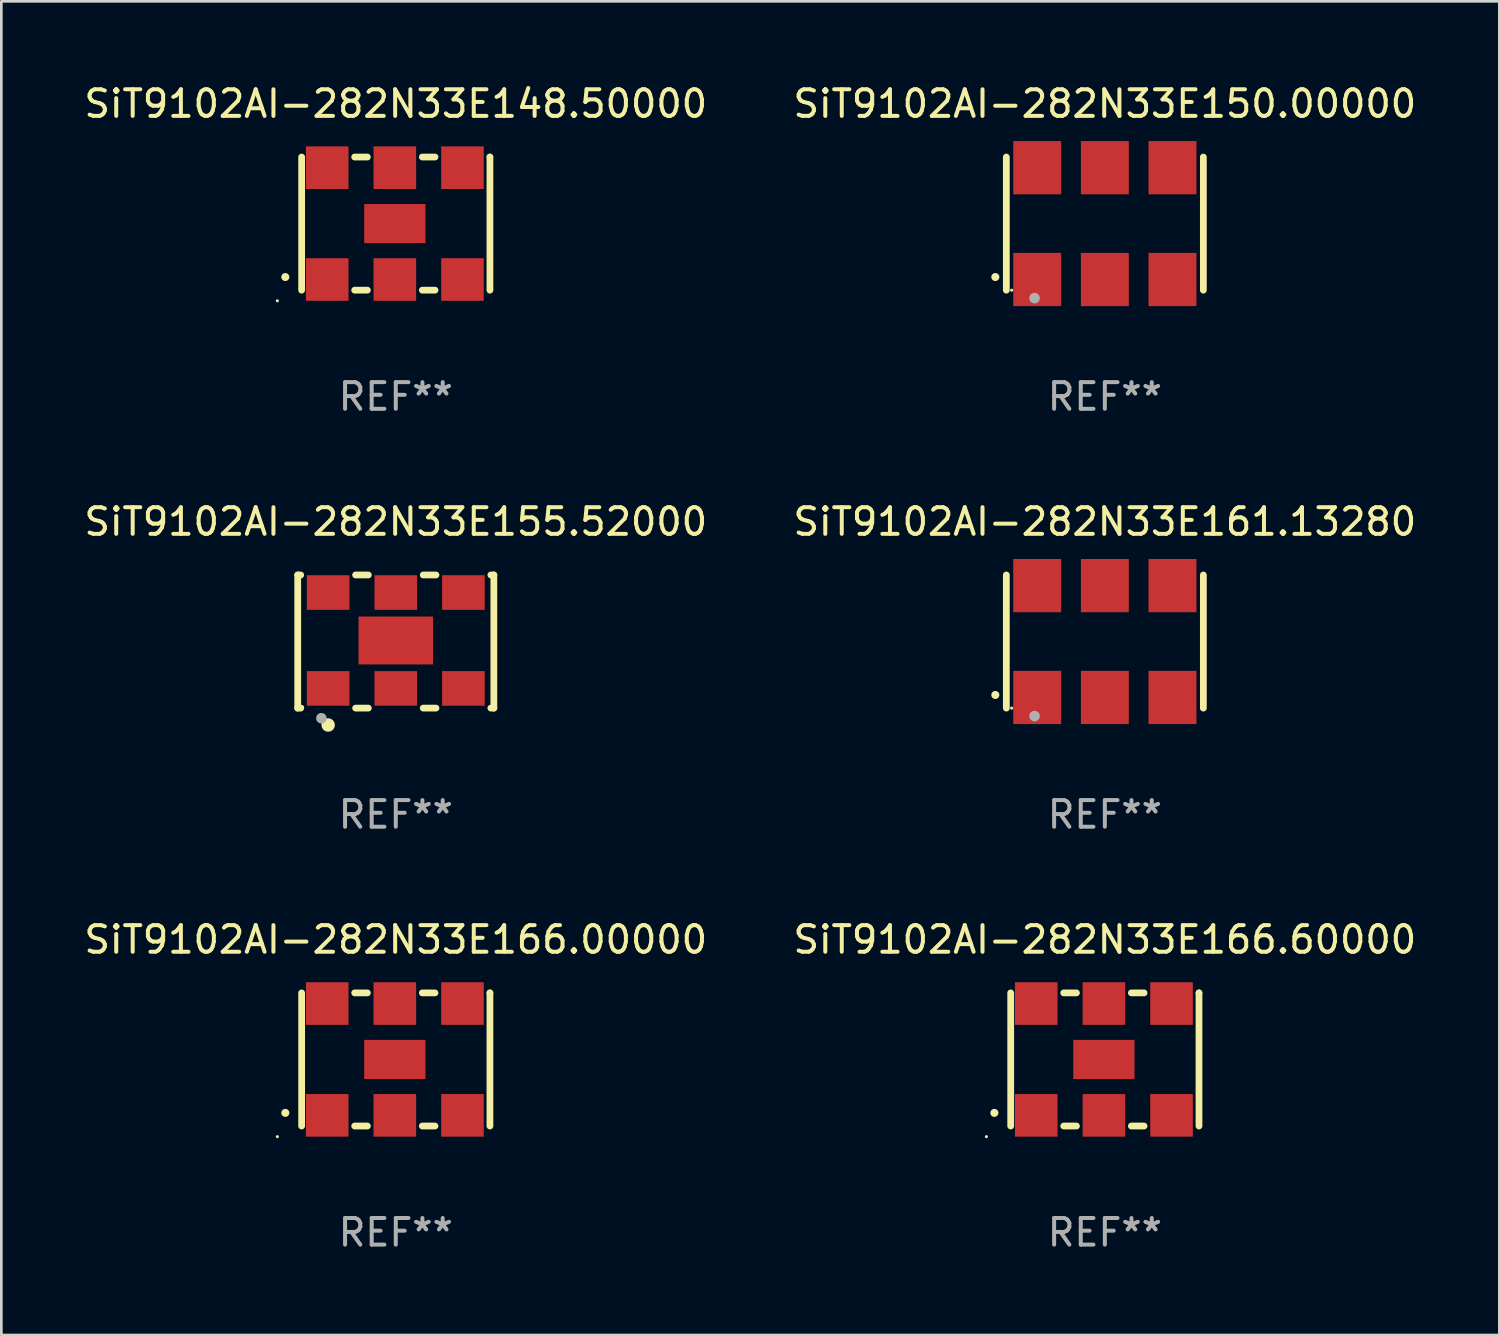
<source format=kicad_pcb>
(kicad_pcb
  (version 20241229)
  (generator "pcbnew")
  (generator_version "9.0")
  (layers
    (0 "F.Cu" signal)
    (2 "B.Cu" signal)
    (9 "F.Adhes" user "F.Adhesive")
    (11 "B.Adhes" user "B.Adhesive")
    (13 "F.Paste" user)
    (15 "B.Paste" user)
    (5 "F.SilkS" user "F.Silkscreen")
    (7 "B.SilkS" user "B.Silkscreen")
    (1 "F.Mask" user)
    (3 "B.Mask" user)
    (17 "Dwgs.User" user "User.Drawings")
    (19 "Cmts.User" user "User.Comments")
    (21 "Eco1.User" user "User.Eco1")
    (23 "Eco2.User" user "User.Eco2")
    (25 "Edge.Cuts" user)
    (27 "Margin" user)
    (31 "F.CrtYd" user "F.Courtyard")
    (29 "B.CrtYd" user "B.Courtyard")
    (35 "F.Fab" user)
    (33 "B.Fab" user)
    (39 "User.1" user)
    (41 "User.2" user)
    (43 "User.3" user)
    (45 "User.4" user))
  (footprint "SiT9102AI-282N33E161.13280"
    (layer "F.Cu")
    (at 38.446 21.045)
    (property "Reference" "SiT9102AI-282N33E161.13280" (at 0 -4.5 0) (layer "F.SilkS") (effects (font (size 1 1) (thickness 0.15))))
    (attr through_hole)
    (fp_line (start -3.7 -2.5) (end -3.7 2.5) (stroke (width 0.254) (type solid)) (layer "F.SilkS"))
    (fp_line (start 3.7 -2.5) (end 3.7 2.5) (stroke (width 0.254) (type solid)) (layer "F.SilkS"))
    (fp_arc (start -4.114415 2.006604) (mid -4.113145 2.006599) (end -4.111875 2.006604) (stroke (width 0.3) (type solid)) (layer "F.SilkS"))
    (fp_circle (center -3.5 2.501) (end -3.47 2.501) (stroke (width 0.06) (type solid)) (fill no) (layer "F.SilkS"))
    (fp_circle (center -2.641 2.799) (end -2.541 2.799) (stroke (width 0.2) (type solid)) (fill no) (layer "F.Fab"))
    (fp_text user "REF**" (at 0 6.5 0) (layer "F.Fab") (effects (font (size 1 1) (thickness 0.15))))
    (pad "1" smd rect (at -2.54 2.1) (size 1.8 2) (layers "F.Cu" "F.Mask" "F.Paste"))
    (pad "2" smd rect (at 0.000394 2.1) (size 1.8 2) (layers "F.Cu" "F.Mask" "F.Paste"))
    (pad "3" smd rect (at 2.54 2.1) (size 1.8 2) (layers "F.Cu" "F.Mask" "F.Paste"))
    (pad "4" smd rect (at 2.54 -2.1) (size 1.8 2) (layers "F.Cu" "F.Mask" "F.Paste"))
    (pad "5" smd rect (at 0.000394 -2.1) (size 1.8 2) (layers "F.Cu" "F.Mask" "F.Paste"))
    (pad "6" smd rect (at -2.54 -2.1) (size 1.8 2) (layers "F.Cu" "F.Mask" "F.Paste")))
  (footprint "SiT9102AI-282N33E150.00000"
    (layer "F.Cu")
    (at 38.446 5.348)
    (property "Reference" "SiT9102AI-282N33E150.00000" (at 0 -4.5 0) (layer "F.SilkS") (effects (font (size 1 1) (thickness 0.15))))
    (attr through_hole)
    (fp_line (start -3.7 -2.5) (end -3.7 2.5) (stroke (width 0.254) (type solid)) (layer "F.SilkS"))
    (fp_line (start 3.7 -2.5) (end 3.7 2.5) (stroke (width 0.254) (type solid)) (layer "F.SilkS"))
    (fp_arc (start -4.114415 2.006604) (mid -4.113145 2.006599) (end -4.111875 2.006604) (stroke (width 0.3) (type solid)) (layer "F.SilkS"))
    (fp_circle (center -3.5 2.501) (end -3.47 2.501) (stroke (width 0.06) (type solid)) (fill no) (layer "F.SilkS"))
    (fp_circle (center -2.641 2.799) (end -2.541 2.799) (stroke (width 0.2) (type solid)) (fill no) (layer "F.Fab"))
    (fp_text user "REF**" (at 0 6.5 0) (layer "F.Fab") (effects (font (size 1 1) (thickness 0.15))))
    (pad "1" smd rect (at -2.54 2.1) (size 1.8 2) (layers "F.Cu" "F.Mask" "F.Paste"))
    (pad "2" smd rect (at 0.000394 2.1) (size 1.8 2) (layers "F.Cu" "F.Mask" "F.Paste"))
    (pad "3" smd rect (at 2.54 2.1) (size 1.8 2) (layers "F.Cu" "F.Mask" "F.Paste"))
    (pad "4" smd rect (at 2.54 -2.1) (size 1.8 2) (layers "F.Cu" "F.Mask" "F.Paste"))
    (pad "5" smd rect (at 0.000394 -2.1) (size 1.8 2) (layers "F.Cu" "F.Mask" "F.Paste"))
    (pad "6" smd rect (at -2.54 -2.1) (size 1.8 2) (layers "F.Cu" "F.Mask" "F.Paste")))
  (footprint "SiT9102AI-282N33E148.50000"
    (layer "F.Cu")
    (at 11.815 5.348)
    (property "Reference" "SiT9102AI-282N33E148.50000" (at 0 -4.5 0) (layer "F.SilkS") (effects (font (size 1 1) (thickness 0.15))))
    (attr through_hole)
    (fp_line (start -3.536 -2.5) (end -3.536 2.5) (stroke (width 0.254) (type solid)) (layer "F.SilkS"))
    (fp_line (start -1.544 2.5) (end -1.067 2.5) (stroke (width 0.254) (type solid)) (layer "F.SilkS"))
    (fp_line (start -1.067 -2.5) (end -1.544 -2.5) (stroke (width 0.254) (type solid)) (layer "F.SilkS"))
    (fp_line (start 0.996 2.5) (end 1.473 2.5) (stroke (width 0.254) (type solid)) (layer "F.SilkS"))
    (fp_line (start 1.473 -2.5) (end 0.996 -2.5) (stroke (width 0.254) (type solid)) (layer "F.SilkS"))
    (fp_line (start 3.536 -2.5) (end 3.536 -2.5) (stroke (width 0.254) (type solid)) (layer "F.SilkS"))
    (fp_line (start 3.536 2.5) (end 3.536 -2.5) (stroke (width 0.254) (type solid)) (layer "F.SilkS"))
    (fp_arc (start -4.150432 2.006604) (mid -4.149162 2.006599) (end -4.147892 2.006604) (stroke (width 0.3) (type solid)) (layer "F.SilkS"))
    (fp_circle (center -4.449 2.9) (end -4.419 2.9) (stroke (width 0.06) (type solid)) (fill no) (layer "F.SilkS"))
    (fp_text user "REF**" (at 0 6.5 0) (layer "F.Fab") (effects (font (size 1 1) (thickness 0.15))))
    (pad "1" smd rect (at -2.576 2.1) (size 1.6 1.6) (layers "F.Cu" "F.Mask" "F.Paste"))
    (pad "2" smd rect (at -0.036 2.1) (size 1.6 1.6) (layers "F.Cu" "F.Mask" "F.Paste"))
    (pad "3" smd rect (at 2.504 2.1) (size 1.6 1.6) (layers "F.Cu" "F.Mask" "F.Paste"))
    (pad "4" smd rect (at 2.504 -2.1) (size 1.6 1.6) (layers "F.Cu" "F.Mask" "F.Paste"))
    (pad "5" smd rect (at -0.036 -2.1) (size 1.6 1.6) (layers "F.Cu" "F.Mask" "F.Paste"))
    (pad "6" smd rect (at -2.576 -2.1) (size 1.6 1.6) (layers "F.Cu" "F.Mask" "F.Paste"))
    (pad "7" smd rect (at -0.036 0) (size 2.3 1.47) (layers "F.Cu" "F.Mask" "F.Paste")))
  (footprint "SiT9102AI-282N33E166.60000"
    (layer "F.Cu")
    (at 38.446 36.741)
    (property "Reference" "SiT9102AI-282N33E166.60000" (at 0 -4.5 0) (layer "F.SilkS") (effects (font (size 1 1) (thickness 0.15))))
    (attr through_hole)
    (fp_line (start -3.536 -2.5) (end -3.536 2.5) (stroke (width 0.254) (type solid)) (layer "F.SilkS"))
    (fp_line (start -1.544 2.5) (end -1.067 2.5) (stroke (width 0.254) (type solid)) (layer "F.SilkS"))
    (fp_line (start -1.067 -2.5) (end -1.544 -2.5) (stroke (width 0.254) (type solid)) (layer "F.SilkS"))
    (fp_line (start 0.996 2.5) (end 1.473 2.5) (stroke (width 0.254) (type solid)) (layer "F.SilkS"))
    (fp_line (start 1.473 -2.5) (end 0.996 -2.5) (stroke (width 0.254) (type solid)) (layer "F.SilkS"))
    (fp_line (start 3.536 -2.5) (end 3.536 -2.5) (stroke (width 0.254) (type solid)) (layer "F.SilkS"))
    (fp_line (start 3.536 2.5) (end 3.536 -2.5) (stroke (width 0.254) (type solid)) (layer "F.SilkS"))
    (fp_arc (start -4.150432 2.006604) (mid -4.149162 2.006599) (end -4.147892 2.006604) (stroke (width 0.3) (type solid)) (layer "F.SilkS"))
    (fp_circle (center -4.449 2.9) (end -4.419 2.9) (stroke (width 0.06) (type solid)) (fill no) (layer "F.SilkS"))
    (fp_text user "REF**" (at 0 6.5 0) (layer "F.Fab") (effects (font (size 1 1) (thickness 0.15))))
    (pad "1" smd rect (at -2.576 2.1) (size 1.6 1.6) (layers "F.Cu" "F.Mask" "F.Paste"))
    (pad "2" smd rect (at -0.036 2.1) (size 1.6 1.6) (layers "F.Cu" "F.Mask" "F.Paste"))
    (pad "3" smd rect (at 2.504 2.1) (size 1.6 1.6) (layers "F.Cu" "F.Mask" "F.Paste"))
    (pad "4" smd rect (at 2.504 -2.1) (size 1.6 1.6) (layers "F.Cu" "F.Mask" "F.Paste"))
    (pad "5" smd rect (at -0.036 -2.1) (size 1.6 1.6) (layers "F.Cu" "F.Mask" "F.Paste"))
    (pad "6" smd rect (at -2.576 -2.1) (size 1.6 1.6) (layers "F.Cu" "F.Mask" "F.Paste"))
    (pad "7" smd rect (at -0.036 0) (size 2.3 1.47) (layers "F.Cu" "F.Mask" "F.Paste")))
  (footprint "SiT9102AI-282N33E166.00000"
    (layer "F.Cu")
    (at 11.815 36.741)
    (property "Reference" "SiT9102AI-282N33E166.00000" (at 0 -4.5 0) (layer "F.SilkS") (effects (font (size 1 1) (thickness 0.15))))
    (attr through_hole)
    (fp_line (start -3.536 -2.5) (end -3.536 2.5) (stroke (width 0.254) (type solid)) (layer "F.SilkS"))
    (fp_line (start -1.544 2.5) (end -1.067 2.5) (stroke (width 0.254) (type solid)) (layer "F.SilkS"))
    (fp_line (start -1.067 -2.5) (end -1.544 -2.5) (stroke (width 0.254) (type solid)) (layer "F.SilkS"))
    (fp_line (start 0.996 2.5) (end 1.473 2.5) (stroke (width 0.254) (type solid)) (layer "F.SilkS"))
    (fp_line (start 1.473 -2.5) (end 0.996 -2.5) (stroke (width 0.254) (type solid)) (layer "F.SilkS"))
    (fp_line (start 3.536 -2.5) (end 3.536 -2.5) (stroke (width 0.254) (type solid)) (layer "F.SilkS"))
    (fp_line (start 3.536 2.5) (end 3.536 -2.5) (stroke (width 0.254) (type solid)) (layer "F.SilkS"))
    (fp_arc (start -4.150432 2.006604) (mid -4.149162 2.006599) (end -4.147892 2.006604) (stroke (width 0.3) (type solid)) (layer "F.SilkS"))
    (fp_circle (center -4.449 2.9) (end -4.419 2.9) (stroke (width 0.06) (type solid)) (fill no) (layer "F.SilkS"))
    (fp_text user "REF**" (at 0 6.5 0) (layer "F.Fab") (effects (font (size 1 1) (thickness 0.15))))
    (pad "1" smd rect (at -2.576 2.1) (size 1.6 1.6) (layers "F.Cu" "F.Mask" "F.Paste"))
    (pad "2" smd rect (at -0.036 2.1) (size 1.6 1.6) (layers "F.Cu" "F.Mask" "F.Paste"))
    (pad "3" smd rect (at 2.504 2.1) (size 1.6 1.6) (layers "F.Cu" "F.Mask" "F.Paste"))
    (pad "4" smd rect (at 2.504 -2.1) (size 1.6 1.6) (layers "F.Cu" "F.Mask" "F.Paste"))
    (pad "5" smd rect (at -0.036 -2.1) (size 1.6 1.6) (layers "F.Cu" "F.Mask" "F.Paste"))
    (pad "6" smd rect (at -2.576 -2.1) (size 1.6 1.6) (layers "F.Cu" "F.Mask" "F.Paste"))
    (pad "7" smd rect (at -0.036 0) (size 2.3 1.47) (layers "F.Cu" "F.Mask" "F.Paste")))
  (footprint "SiT9102AI-282N33E155.52000"
    (layer "F.Cu")
    (at 11.815 21.045)
    (property "Reference" "SiT9102AI-282N33E155.52000" (at 0 -4.5 0) (layer "F.SilkS") (effects (font (size 1 1) (thickness 0.15))))
    (attr through_hole)
    (fp_line (start -3.683 -2.5) (end -3.571 -2.5) (stroke (width 0.254) (type solid)) (layer "F.SilkS"))
    (fp_line (start -3.683 2.5) (end -3.683 -2.5) (stroke (width 0.254) (type solid)) (layer "F.SilkS"))
    (fp_line (start -3.683 2.5) (end -3.571 2.5) (stroke (width 0.254) (type solid)) (layer "F.SilkS"))
    (fp_line (start -1.509 -2.5) (end -1.031 -2.5) (stroke (width 0.254) (type solid)) (layer "F.SilkS"))
    (fp_line (start -1.509 2.5) (end -1.031 2.5) (stroke (width 0.254) (type solid)) (layer "F.SilkS"))
    (fp_line (start 1.031 -2.5) (end 1.509 -2.5) (stroke (width 0.254) (type solid)) (layer "F.SilkS"))
    (fp_line (start 1.031 2.5) (end 1.509 2.5) (stroke (width 0.254) (type solid)) (layer "F.SilkS"))
    (fp_line (start 3.571 -2.5) (end 3.683 -2.5) (stroke (width 0.254) (type solid)) (layer "F.SilkS"))
    (fp_line (start 3.571 2.5) (end 3.683 2.5) (stroke (width 0.254) (type solid)) (layer "F.SilkS"))
    (fp_line (start 3.683 2.5) (end 3.683 -2.5) (stroke (width 0.254) (type solid)) (layer "F.SilkS"))
    (fp_circle (center -3.5 2.46) (end -3.47 2.46) (stroke (width 0.06) (type solid)) (fill no) (layer "F.SilkS"))
    (fp_circle (center -2.54 3.135) (end -2.413 3.135) (stroke (width 0.254) (type solid)) (fill no) (layer "F.SilkS"))
    (fp_circle (center -2.794 2.881) (end -2.694 2.881) (stroke (width 0.2) (type solid)) (fill no) (layer "F.Fab"))
    (fp_text user "REF**" (at 0 6.5 0) (layer "F.Fab") (effects (font (size 1 1) (thickness 0.15))))
    (pad "1" smd rect (at -2.54 1.76) (size 1.6 1.3) (layers "F.Cu" "F.Mask" "F.Paste"))
    (pad "2" smd rect (at 0 1.76) (size 1.6 1.3) (layers "F.Cu" "F.Mask" "F.Paste"))
    (pad "3" smd rect (at 2.54 1.76) (size 1.6 1.3) (layers "F.Cu" "F.Mask" "F.Paste"))
    (pad "4" smd rect (at 2.54 -1.84) (size 1.6 1.3) (layers "F.Cu" "F.Mask" "F.Paste"))
    (pad "5" smd rect (at 0 -1.84) (size 1.6 1.3) (layers "F.Cu" "F.Mask" "F.Paste"))
    (pad "6" smd rect (at -2.54 -1.84) (size 1.6 1.3) (layers "F.Cu" "F.Mask" "F.Paste"))
    (pad "7" smd rect (at 0 -0.04) (size 2.8 1.8) (layers "F.Cu" "F.Mask" "F.Paste")))
  (gr_rect
    (start -3 -3)
    (end 53.262 47.09)
    (stroke (width 0.1) (type default))
    (fill no)
    (layer "Edge.Cuts")))
</source>
